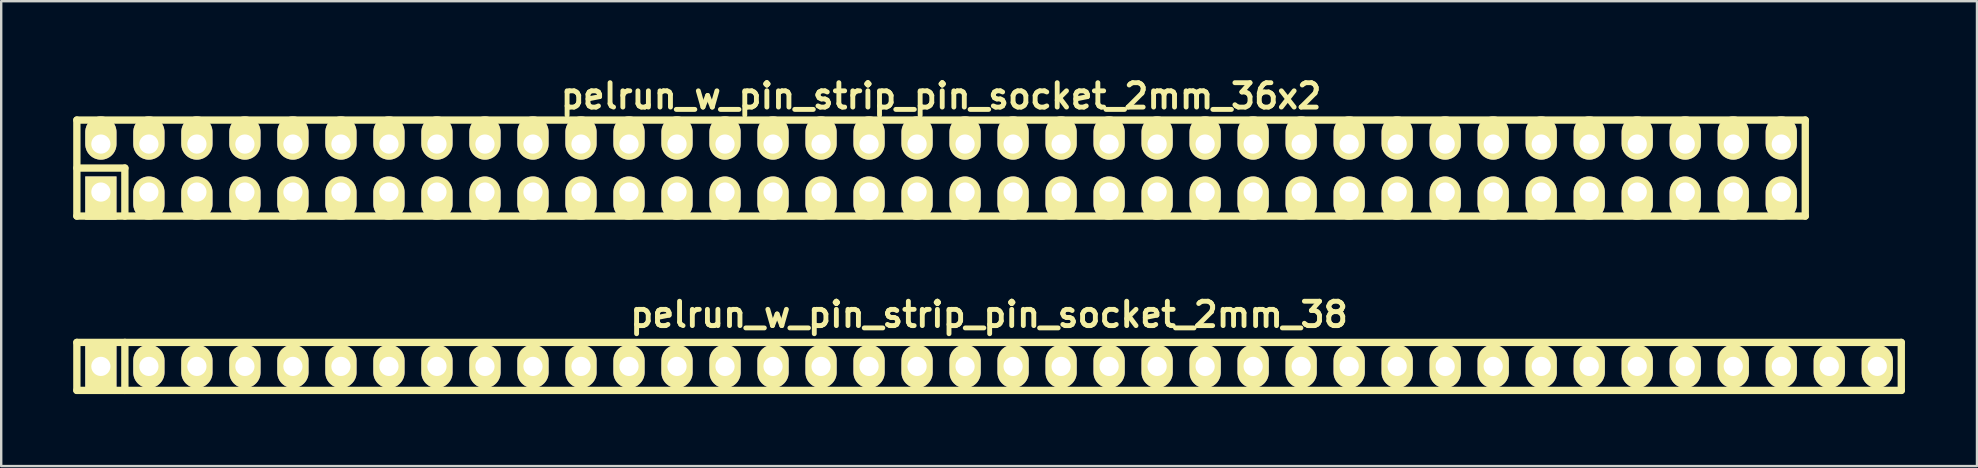
<source format=kicad_pcb>
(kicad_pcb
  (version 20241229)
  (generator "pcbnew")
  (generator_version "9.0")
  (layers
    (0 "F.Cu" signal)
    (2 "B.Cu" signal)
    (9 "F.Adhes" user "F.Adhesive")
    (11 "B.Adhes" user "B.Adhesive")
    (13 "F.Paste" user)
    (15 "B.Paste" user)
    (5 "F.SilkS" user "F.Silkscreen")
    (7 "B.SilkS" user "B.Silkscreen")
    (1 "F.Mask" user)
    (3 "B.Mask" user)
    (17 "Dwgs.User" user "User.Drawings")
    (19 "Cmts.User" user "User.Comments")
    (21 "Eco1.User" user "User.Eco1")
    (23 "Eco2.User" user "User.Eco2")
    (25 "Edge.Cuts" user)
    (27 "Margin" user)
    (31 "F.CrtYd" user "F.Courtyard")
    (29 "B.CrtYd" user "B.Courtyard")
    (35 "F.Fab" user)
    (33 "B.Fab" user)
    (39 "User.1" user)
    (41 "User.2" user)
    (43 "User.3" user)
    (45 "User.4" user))
  (footprint "pelrun_w_pin_strip_pin_socket_2mm_38"
    (layer "F.Cu")
    (at 38.152 12.213)
    (property "Reference" "pelrun_w_pin_strip_pin_socket_2mm_38" (at 0 -2.159 0) (layer "F.SilkS") (effects (font (size 1.016 1.016) (thickness 0.203))))
    (attr through_hole)
    (fp_line (start -38 -1) (end 38 -1) (stroke (width 0.305) (type solid)) (layer "F.SilkS"))
    (fp_line (start -38 1) (end -38 -1) (stroke (width 0.305) (type solid)) (layer "F.SilkS"))
    (fp_line (start -36 -1) (end -36 1) (stroke (width 0.305) (type solid)) (layer "F.SilkS"))
    (fp_line (start 38 -1) (end 38 1) (stroke (width 0.305) (type solid)) (layer "F.SilkS"))
    (fp_line (start 38 1) (end -38 1) (stroke (width 0.305) (type solid)) (layer "F.SilkS"))
    (pad "1" thru_hole rect (at -37 0) (size 1.3 1.8) (drill 0.8) (layers "*.Cu" "*.Mask" "F.SilkS"))
    (pad "2" thru_hole oval (at -35 0) (size 1.3 1.8) (drill 0.8) (layers "*.Cu" "*.Mask" "F.SilkS"))
    (pad "3" thru_hole oval (at -33 0) (size 1.3 1.8) (drill 0.8) (layers "*.Cu" "*.Mask" "F.SilkS"))
    (pad "4" thru_hole oval (at -31 0) (size 1.3 1.8) (drill 0.8) (layers "*.Cu" "*.Mask" "F.SilkS"))
    (pad "5" thru_hole oval (at -29 0) (size 1.3 1.8) (drill 0.8) (layers "*.Cu" "*.Mask" "F.SilkS"))
    (pad "6" thru_hole oval (at -27 0) (size 1.3 1.8) (drill 0.8) (layers "*.Cu" "*.Mask" "F.SilkS"))
    (pad "7" thru_hole oval (at -25 0) (size 1.3 1.8) (drill 0.8) (layers "*.Cu" "*.Mask" "F.SilkS"))
    (pad "8" thru_hole oval (at -23 0) (size 1.3 1.8) (drill 0.8) (layers "*.Cu" "*.Mask" "F.SilkS"))
    (pad "9" thru_hole oval (at -21 0) (size 1.3 1.8) (drill 0.8) (layers "*.Cu" "*.Mask" "F.SilkS"))
    (pad "10" thru_hole oval (at -19 0) (size 1.3 1.8) (drill 0.8) (layers "*.Cu" "*.Mask" "F.SilkS"))
    (pad "11" thru_hole oval (at -17 0) (size 1.3 1.8) (drill 0.8) (layers "*.Cu" "*.Mask" "F.SilkS"))
    (pad "12" thru_hole oval (at -15 0) (size 1.3 1.8) (drill 0.8) (layers "*.Cu" "*.Mask" "F.SilkS"))
    (pad "13" thru_hole oval (at -13 0) (size 1.3 1.8) (drill 0.8) (layers "*.Cu" "*.Mask" "F.SilkS"))
    (pad "14" thru_hole oval (at -11 0) (size 1.3 1.8) (drill 0.8) (layers "*.Cu" "*.Mask" "F.SilkS"))
    (pad "15" thru_hole oval (at -9 0) (size 1.3 1.8) (drill 0.8) (layers "*.Cu" "*.Mask" "F.SilkS"))
    (pad "16" thru_hole oval (at -7 0) (size 1.3 1.8) (drill 0.8) (layers "*.Cu" "*.Mask" "F.SilkS"))
    (pad "17" thru_hole oval (at -5 0) (size 1.3 1.8) (drill 0.8) (layers "*.Cu" "*.Mask" "F.SilkS"))
    (pad "18" thru_hole oval (at -3 0) (size 1.3 1.8) (drill 0.8) (layers "*.Cu" "*.Mask" "F.SilkS"))
    (pad "19" thru_hole oval (at -1 0) (size 1.3 1.8) (drill 0.8) (layers "*.Cu" "*.Mask" "F.SilkS"))
    (pad "20" thru_hole oval (at 1 0) (size 1.3 1.8) (drill 0.8) (layers "*.Cu" "*.Mask" "F.SilkS"))
    (pad "21" thru_hole oval (at 3 0) (size 1.3 1.8) (drill 0.8) (layers "*.Cu" "*.Mask" "F.SilkS"))
    (pad "22" thru_hole oval (at 5 0) (size 1.3 1.8) (drill 0.8) (layers "*.Cu" "*.Mask" "F.SilkS"))
    (pad "23" thru_hole oval (at 7 0) (size 1.3 1.8) (drill 0.8) (layers "*.Cu" "*.Mask" "F.SilkS"))
    (pad "24" thru_hole oval (at 9 0) (size 1.3 1.8) (drill 0.8) (layers "*.Cu" "*.Mask" "F.SilkS"))
    (pad "25" thru_hole oval (at 11 0) (size 1.3 1.8) (drill 0.8) (layers "*.Cu" "*.Mask" "F.SilkS"))
    (pad "26" thru_hole oval (at 13 0) (size 1.3 1.8) (drill 0.8) (layers "*.Cu" "*.Mask" "F.SilkS"))
    (pad "27" thru_hole oval (at 15 0) (size 1.3 1.8) (drill 0.8) (layers "*.Cu" "*.Mask" "F.SilkS"))
    (pad "28" thru_hole oval (at 17 0) (size 1.3 1.8) (drill 0.8) (layers "*.Cu" "*.Mask" "F.SilkS"))
    (pad "29" thru_hole oval (at 19 0) (size 1.3 1.8) (drill 0.8) (layers "*.Cu" "*.Mask" "F.SilkS"))
    (pad "30" thru_hole oval (at 21 0) (size 1.3 1.8) (drill 0.8) (layers "*.Cu" "*.Mask" "F.SilkS"))
    (pad "31" thru_hole oval (at 23 0) (size 1.3 1.8) (drill 0.8) (layers "*.Cu" "*.Mask" "F.SilkS"))
    (pad "32" thru_hole oval (at 25 0) (size 1.3 1.8) (drill 0.8) (layers "*.Cu" "*.Mask" "F.SilkS"))
    (pad "33" thru_hole oval (at 27 0) (size 1.3 1.8) (drill 0.8) (layers "*.Cu" "*.Mask" "F.SilkS"))
    (pad "34" thru_hole oval (at 29 0) (size 1.3 1.8) (drill 0.8) (layers "*.Cu" "*.Mask" "F.SilkS"))
    (pad "35" thru_hole oval (at 31 0) (size 1.3 1.8) (drill 0.8) (layers "*.Cu" "*.Mask" "F.SilkS"))
    (pad "36" thru_hole oval (at 33 0) (size 1.3 1.8) (drill 0.8) (layers "*.Cu" "*.Mask" "F.SilkS"))
    (pad "37" thru_hole oval (at 35 0) (size 1.3 1.8) (drill 0.8) (layers "*.Cu" "*.Mask" "F.SilkS"))
    (pad "38" thru_hole oval (at 37 0) (size 1.3 1.8) (drill 0.8) (layers "*.Cu" "*.Mask" "F.SilkS")))
  (footprint "pelrun_w_pin_strip_pin_socket_2mm_36x2"
    (layer "F.Cu")
    (at 36.152 3.951)
    (property "Reference" "pelrun_w_pin_strip_pin_socket_2mm_36x2" (at 0 -3 0) (layer "F.SilkS") (effects (font (size 1.016 1.016) (thickness 0.203))))
    (attr through_hole)
    (fp_line (start -36 -2) (end 36 -2) (stroke (width 0.305) (type solid)) (layer "F.SilkS"))
    (fp_line (start -36 0) (end -34 0) (stroke (width 0.305) (type solid)) (layer "F.SilkS"))
    (fp_line (start -36 2) (end -36 -2) (stroke (width 0.305) (type solid)) (layer "F.SilkS"))
    (fp_line (start -34 0) (end -34 2) (stroke (width 0.305) (type solid)) (layer "F.SilkS"))
    (fp_line (start 36 -2) (end 36 2) (stroke (width 0.305) (type solid)) (layer "F.SilkS"))
    (fp_line (start 36 2) (end -36 2) (stroke (width 0.305) (type solid)) (layer "F.SilkS"))
    (pad "1" thru_hole rect (at -35 1) (size 1.3 1.8) (drill 0.8 (offset 0 0.25)) (layers "*.Cu" "*.Mask" "F.SilkS"))
    (pad "2" thru_hole oval (at -35 -1) (size 1.3 1.8) (drill 0.8 (offset 0 -0.25)) (layers "*.Cu" "*.Mask" "F.SilkS"))
    (pad "3" thru_hole oval (at -33 1) (size 1.3 1.8) (drill 0.8 (offset 0 0.25)) (layers "*.Cu" "*.Mask" "F.SilkS"))
    (pad "4" thru_hole oval (at -33 -1) (size 1.3 1.8) (drill 0.8 (offset 0 -0.25)) (layers "*.Cu" "*.Mask" "F.SilkS"))
    (pad "5" thru_hole oval (at -31 1) (size 1.3 1.8) (drill 0.8 (offset 0 0.25)) (layers "*.Cu" "*.Mask" "F.SilkS"))
    (pad "6" thru_hole oval (at -31 -1) (size 1.3 1.8) (drill 0.8 (offset 0 -0.25)) (layers "*.Cu" "*.Mask" "F.SilkS"))
    (pad "7" thru_hole oval (at -29 1) (size 1.3 1.8) (drill 0.8 (offset 0 0.25)) (layers "*.Cu" "*.Mask" "F.SilkS"))
    (pad "8" thru_hole oval (at -29 -1) (size 1.3 1.8) (drill 0.8 (offset 0 -0.25)) (layers "*.Cu" "*.Mask" "F.SilkS"))
    (pad "9" thru_hole oval (at -27 1) (size 1.3 1.8) (drill 0.8 (offset 0 0.25)) (layers "*.Cu" "*.Mask" "F.SilkS"))
    (pad "10" thru_hole oval (at -27 -1) (size 1.3 1.8) (drill 0.8 (offset 0 -0.25)) (layers "*.Cu" "*.Mask" "F.SilkS"))
    (pad "11" thru_hole oval (at -25 1) (size 1.3 1.8) (drill 0.8 (offset 0 0.25)) (layers "*.Cu" "*.Mask" "F.SilkS"))
    (pad "12" thru_hole oval (at -25 -1) (size 1.3 1.8) (drill 0.8 (offset 0 -0.25)) (layers "*.Cu" "*.Mask" "F.SilkS"))
    (pad "13" thru_hole oval (at -23 1) (size 1.3 1.8) (drill 0.8 (offset 0 0.25)) (layers "*.Cu" "*.Mask" "F.SilkS"))
    (pad "14" thru_hole oval (at -23 -1) (size 1.3 1.8) (drill 0.8 (offset 0 -0.25)) (layers "*.Cu" "*.Mask" "F.SilkS"))
    (pad "15" thru_hole oval (at -21 1) (size 1.3 1.8) (drill 0.8 (offset 0 0.25)) (layers "*.Cu" "*.Mask" "F.SilkS"))
    (pad "16" thru_hole oval (at -21 -1) (size 1.3 1.8) (drill 0.8 (offset 0 -0.25)) (layers "*.Cu" "*.Mask" "F.SilkS"))
    (pad "17" thru_hole oval (at -19 1) (size 1.3 1.8) (drill 0.8 (offset 0 0.25)) (layers "*.Cu" "*.Mask" "F.SilkS"))
    (pad "18" thru_hole oval (at -19 -1) (size 1.3 1.8) (drill 0.8 (offset 0 -0.25)) (layers "*.Cu" "*.Mask" "F.SilkS"))
    (pad "19" thru_hole oval (at -17 1) (size 1.3 1.8) (drill 0.8 (offset 0 0.25)) (layers "*.Cu" "*.Mask" "F.SilkS"))
    (pad "20" thru_hole oval (at -17 -1) (size 1.3 1.8) (drill 0.8 (offset 0 -0.25)) (layers "*.Cu" "*.Mask" "F.SilkS"))
    (pad "21" thru_hole oval (at -15 1) (size 1.3 1.8) (drill 0.8 (offset 0 0.25)) (layers "*.Cu" "*.Mask" "F.SilkS"))
    (pad "22" thru_hole oval (at -15 -1) (size 1.3 1.8) (drill 0.8 (offset 0 -0.25)) (layers "*.Cu" "*.Mask" "F.SilkS"))
    (pad "23" thru_hole oval (at -13 1) (size 1.3 1.8) (drill 0.8 (offset 0 0.25)) (layers "*.Cu" "*.Mask" "F.SilkS"))
    (pad "24" thru_hole oval (at -13 -1) (size 1.3 1.8) (drill 0.8 (offset 0 -0.25)) (layers "*.Cu" "*.Mask" "F.SilkS"))
    (pad "25" thru_hole oval (at -11 1) (size 1.3 1.8) (drill 0.8 (offset 0 0.25)) (layers "*.Cu" "*.Mask" "F.SilkS"))
    (pad "26" thru_hole oval (at -11 -1) (size 1.3 1.8) (drill 0.8 (offset 0 -0.25)) (layers "*.Cu" "*.Mask" "F.SilkS"))
    (pad "27" thru_hole oval (at -9 1) (size 1.3 1.8) (drill 0.8 (offset 0 0.25)) (layers "*.Cu" "*.Mask" "F.SilkS"))
    (pad "28" thru_hole oval (at -9 -1) (size 1.3 1.8) (drill 0.8 (offset 0 -0.25)) (layers "*.Cu" "*.Mask" "F.SilkS"))
    (pad "29" thru_hole oval (at -7 1) (size 1.3 1.8) (drill 0.8 (offset 0 0.25)) (layers "*.Cu" "*.Mask" "F.SilkS"))
    (pad "30" thru_hole oval (at -7 -1) (size 1.3 1.8) (drill 0.8 (offset 0 -0.25)) (layers "*.Cu" "*.Mask" "F.SilkS"))
    (pad "31" thru_hole oval (at -5 1) (size 1.3 1.8) (drill 0.8 (offset 0 0.25)) (layers "*.Cu" "*.Mask" "F.SilkS"))
    (pad "32" thru_hole oval (at -5 -1) (size 1.3 1.8) (drill 0.8 (offset 0 -0.25)) (layers "*.Cu" "*.Mask" "F.SilkS"))
    (pad "33" thru_hole oval (at -3 1) (size 1.3 1.8) (drill 0.8 (offset 0 0.25)) (layers "*.Cu" "*.Mask" "F.SilkS"))
    (pad "34" thru_hole oval (at -3 -1) (size 1.3 1.8) (drill 0.8 (offset 0 -0.25)) (layers "*.Cu" "*.Mask" "F.SilkS"))
    (pad "35" thru_hole oval (at -1 1) (size 1.3 1.8) (drill 0.8 (offset 0 0.25)) (layers "*.Cu" "*.Mask" "F.SilkS"))
    (pad "36" thru_hole oval (at -1 -1) (size 1.3 1.8) (drill 0.8 (offset 0 -0.25)) (layers "*.Cu" "*.Mask" "F.SilkS"))
    (pad "37" thru_hole oval (at 1 1) (size 1.3 1.8) (drill 0.8 (offset 0 0.25)) (layers "*.Cu" "*.Mask" "F.SilkS"))
    (pad "38" thru_hole oval (at 1 -1) (size 1.3 1.8) (drill 0.8 (offset 0 -0.25)) (layers "*.Cu" "*.Mask" "F.SilkS"))
    (pad "39" thru_hole oval (at 3 1) (size 1.3 1.8) (drill 0.8 (offset 0 0.25)) (layers "*.Cu" "*.Mask" "F.SilkS"))
    (pad "40" thru_hole oval (at 3 -1) (size 1.3 1.8) (drill 0.8 (offset 0 -0.25)) (layers "*.Cu" "*.Mask" "F.SilkS"))
    (pad "41" thru_hole oval (at 5 1) (size 1.3 1.8) (drill 0.8 (offset 0 0.25)) (layers "*.Cu" "*.Mask" "F.SilkS"))
    (pad "42" thru_hole oval (at 5 -1) (size 1.3 1.8) (drill 0.8 (offset 0 -0.25)) (layers "*.Cu" "*.Mask" "F.SilkS"))
    (pad "43" thru_hole oval (at 7 1) (size 1.3 1.8) (drill 0.8 (offset 0 0.25)) (layers "*.Cu" "*.Mask" "F.SilkS"))
    (pad "44" thru_hole oval (at 7 -1) (size 1.3 1.8) (drill 0.8 (offset 0 -0.25)) (layers "*.Cu" "*.Mask" "F.SilkS"))
    (pad "45" thru_hole oval (at 9 1) (size 1.3 1.8) (drill 0.8 (offset 0 0.25)) (layers "*.Cu" "*.Mask" "F.SilkS"))
    (pad "46" thru_hole oval (at 9 -1) (size 1.3 1.8) (drill 0.8 (offset 0 -0.25)) (layers "*.Cu" "*.Mask" "F.SilkS"))
    (pad "47" thru_hole oval (at 11 1) (size 1.3 1.8) (drill 0.8 (offset 0 0.25)) (layers "*.Cu" "*.Mask" "F.SilkS"))
    (pad "48" thru_hole oval (at 11 -1) (size 1.3 1.8) (drill 0.8 (offset 0 -0.25)) (layers "*.Cu" "*.Mask" "F.SilkS"))
    (pad "49" thru_hole oval (at 13 1) (size 1.3 1.8) (drill 0.8 (offset 0 0.25)) (layers "*.Cu" "*.Mask" "F.SilkS"))
    (pad "50" thru_hole oval (at 13 -1) (size 1.3 1.8) (drill 0.8 (offset 0 -0.25)) (layers "*.Cu" "*.Mask" "F.SilkS"))
    (pad "51" thru_hole oval (at 15 1) (size 1.3 1.8) (drill 0.8 (offset 0 0.25)) (layers "*.Cu" "*.Mask" "F.SilkS"))
    (pad "52" thru_hole oval (at 15 -1) (size 1.3 1.8) (drill 0.8 (offset 0 -0.25)) (layers "*.Cu" "*.Mask" "F.SilkS"))
    (pad "53" thru_hole oval (at 17 1) (size 1.3 1.8) (drill 0.8 (offset 0 0.25)) (layers "*.Cu" "*.Mask" "F.SilkS"))
    (pad "54" thru_hole oval (at 17 -1) (size 1.3 1.8) (drill 0.8 (offset 0 -0.25)) (layers "*.Cu" "*.Mask" "F.SilkS"))
    (pad "55" thru_hole oval (at 19 1) (size 1.3 1.8) (drill 0.8 (offset 0 0.25)) (layers "*.Cu" "*.Mask" "F.SilkS"))
    (pad "56" thru_hole oval (at 19 -1) (size 1.3 1.8) (drill 0.8 (offset 0 -0.25)) (layers "*.Cu" "*.Mask" "F.SilkS"))
    (pad "57" thru_hole oval (at 21 1) (size 1.3 1.8) (drill 0.8 (offset 0 0.25)) (layers "*.Cu" "*.Mask" "F.SilkS"))
    (pad "58" thru_hole oval (at 21 -1) (size 1.3 1.8) (drill 0.8 (offset 0 -0.25)) (layers "*.Cu" "*.Mask" "F.SilkS"))
    (pad "59" thru_hole oval (at 23 1) (size 1.3 1.8) (drill 0.8 (offset 0 0.25)) (layers "*.Cu" "*.Mask" "F.SilkS"))
    (pad "60" thru_hole oval (at 23 -1) (size 1.3 1.8) (drill 0.8 (offset 0 -0.25)) (layers "*.Cu" "*.Mask" "F.SilkS"))
    (pad "61" thru_hole oval (at 25 1) (size 1.3 1.8) (drill 0.8 (offset 0 0.25)) (layers "*.Cu" "*.Mask" "F.SilkS"))
    (pad "62" thru_hole oval (at 25 -1) (size 1.3 1.8) (drill 0.8 (offset 0 -0.25)) (layers "*.Cu" "*.Mask" "F.SilkS"))
    (pad "63" thru_hole oval (at 27 1) (size 1.3 1.8) (drill 0.8 (offset 0 0.25)) (layers "*.Cu" "*.Mask" "F.SilkS"))
    (pad "64" thru_hole oval (at 27 -1) (size 1.3 1.8) (drill 0.8 (offset 0 -0.25)) (layers "*.Cu" "*.Mask" "F.SilkS"))
    (pad "65" thru_hole oval (at 29 1) (size 1.3 1.8) (drill 0.8 (offset 0 0.25)) (layers "*.Cu" "*.Mask" "F.SilkS"))
    (pad "66" thru_hole oval (at 29 -1) (size 1.3 1.8) (drill 0.8 (offset 0 -0.25)) (layers "*.Cu" "*.Mask" "F.SilkS"))
    (pad "67" thru_hole oval (at 31 1) (size 1.3 1.8) (drill 0.8 (offset 0 0.25)) (layers "*.Cu" "*.Mask" "F.SilkS"))
    (pad "68" thru_hole oval (at 31 -1) (size 1.3 1.8) (drill 0.8 (offset 0 -0.25)) (layers "*.Cu" "*.Mask" "F.SilkS"))
    (pad "69" thru_hole oval (at 33 1) (size 1.3 1.8) (drill 0.8 (offset 0 0.25)) (layers "*.Cu" "*.Mask" "F.SilkS"))
    (pad "70" thru_hole oval (at 33 -1) (size 1.3 1.8) (drill 0.8 (offset 0 -0.25)) (layers "*.Cu" "*.Mask" "F.SilkS"))
    (pad "71" thru_hole oval (at 35 1) (size 1.3 1.8) (drill 0.8 (offset 0 0.25)) (layers "*.Cu" "*.Mask" "F.SilkS"))
    (pad "72" thru_hole oval (at 35 -1) (size 1.3 1.8) (drill 0.8 (offset 0 -0.25)) (layers "*.Cu" "*.Mask" "F.SilkS")))
  (gr_rect
    (start -3 -3)
    (end 79.305 16.366)
    (stroke (width 0.1) (type default))
    (fill no)
    (layer "Edge.Cuts")))
</source>
